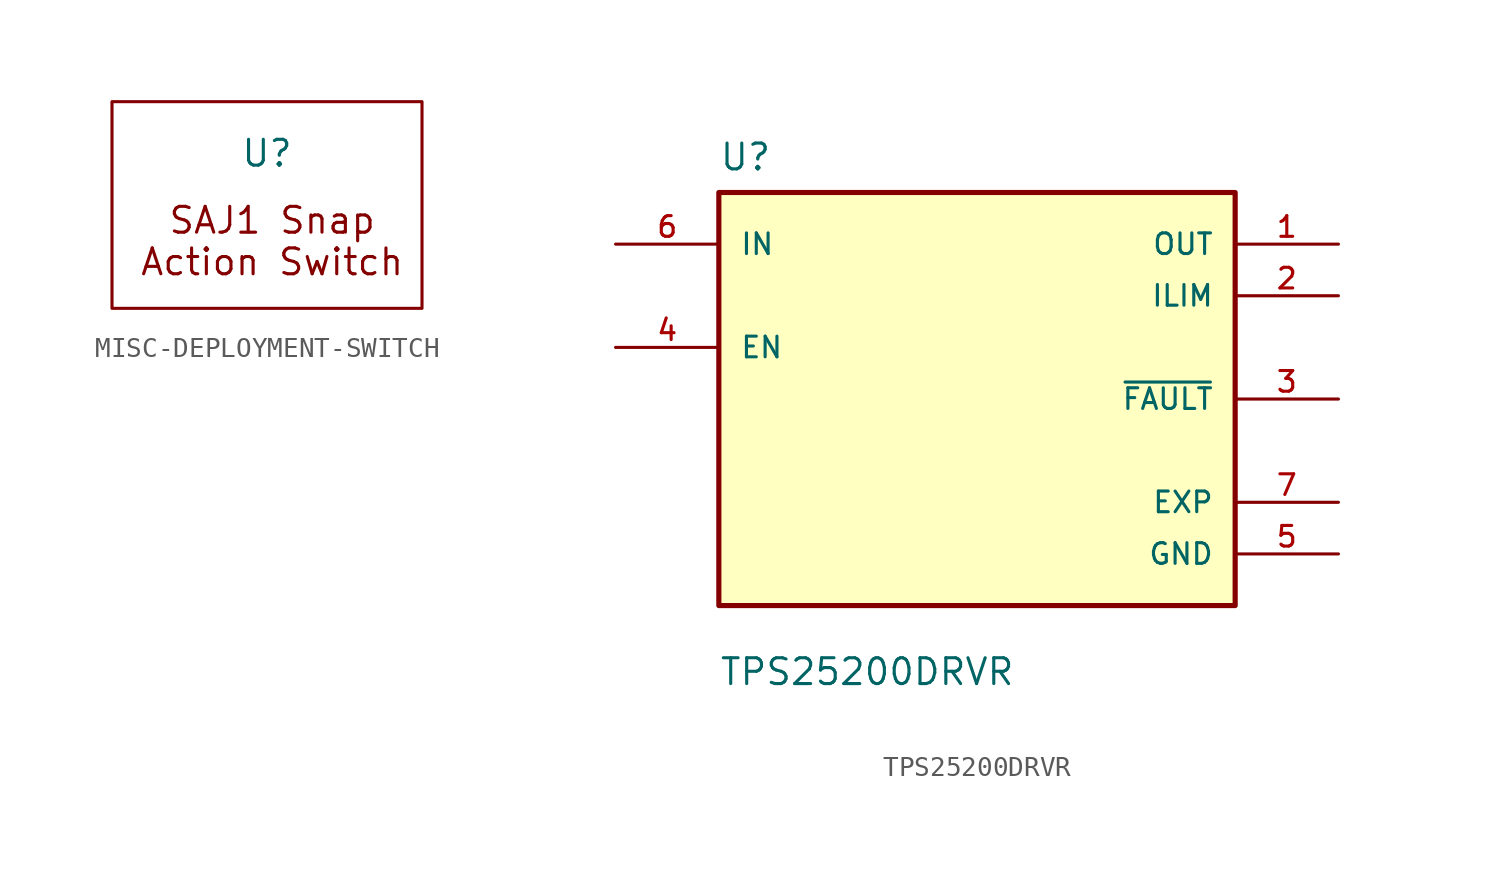
<source format=kicad_sym>
(kicad_symbol_lib
  (version 20231120)
  (generator "kicad_symbol_editor")
  (generator_version "8.0")
  (symbol "MISC-DEPLOYMENT-SWITCH"
    (property "Reference" "U"
      (at 0 0 0)
      (effects (font (size 1.27 1.27))))
    (property "Value" ""
      (at 0 0 0)
      (effects (font (size 1.27 1.27))))
    (symbol "MISC-DEPLOYMENT-SWITCH_0_1"
      (rectangle (start -7.62 2.54) (end 7.62 -7.62) (stroke (width 0) (type default)) (fill (type none))))
    (symbol "MISC-DEPLOYMENT-SWITCH_1_1"
      (text "SAJ1 Snap\nAction Switch" (at 0.254 -4.318 0) (effects (font (size 1.27 1.27))))))
  (symbol "TPS25200DRVR"
    (pin_names
      (offset 1.016))
    (property "Reference" "U"
      (at -12.7 11.16 0)
      (effects (font (size 1.27 1.27)) (justify left bottom)))
    (property "Value" "TPS25200DRVR"
      (at -12.7 -14.16 0)
      (effects (font (size 1.27 1.27)) (justify left bottom)))
    (symbol "TPS25200DRVR_0_0"
      (rectangle (start -12.7 -10.16) (end 12.7 10.16) (stroke (width 0.254) (type default)) (fill (type background)))
      (pin output line (at 17.78 7.62 180) (length 5.08) (name "OUT" (effects (font (size 1.016 1.016)))) (number "1" (effects (font (size 1.016 1.016)))))
      (pin output line (at 17.78 5.08 180) (length 5.08) (name "ILIM" (effects (font (size 1.016 1.016)))) (number "2" (effects (font (size 1.016 1.016)))))
      (pin output line (at 17.78 0 180) (length 5.08) (name "~{FAULT}" (effects (font (size 1.016 1.016)))) (number "3" (effects (font (size 1.016 1.016)))))
      (pin input line (at -17.78 2.54 0) (length 5.08) (name "EN" (effects (font (size 1.016 1.016)))) (number "4" (effects (font (size 1.016 1.016)))))
      (pin power_in line (at 17.78 -7.62 180) (length 5.08) (name "GND" (effects (font (size 1.016 1.016)))) (number "5" (effects (font (size 1.016 1.016)))))
      (pin input line (at -17.78 7.62 0) (length 5.08) (name "IN" (effects (font (size 1.016 1.016)))) (number "6" (effects (font (size 1.016 1.016)))))
      (pin power_in line (at 17.78 -5.08 180) (length 5.08) (name "EXP" (effects (font (size 1.016 1.016)))) (number "7" (effects (font (size 1.016 1.016))))))))
</source>
